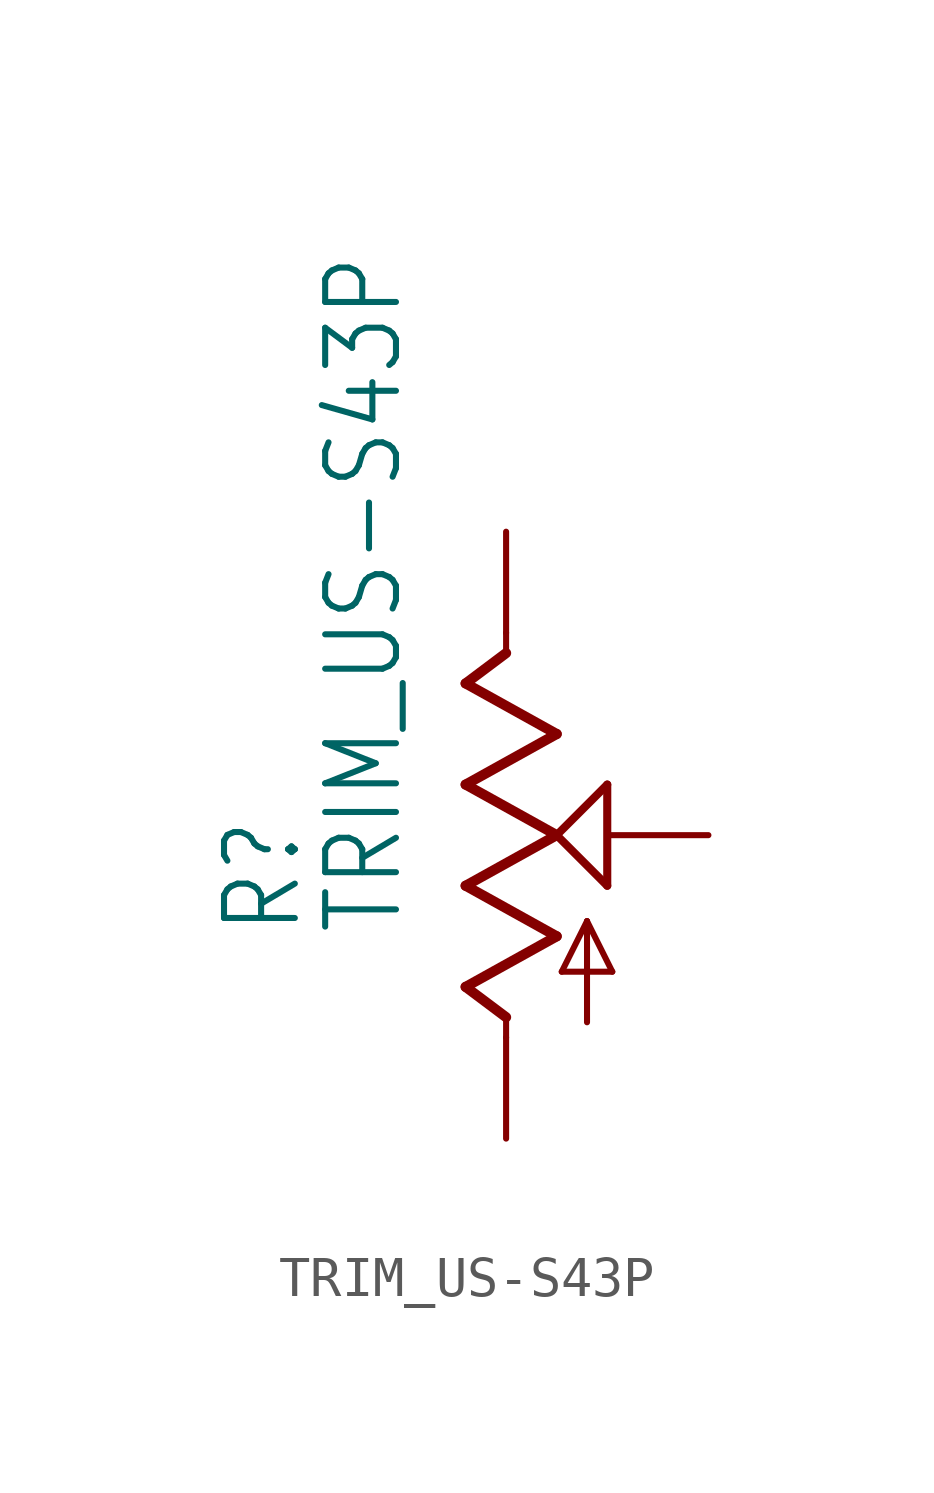
<source format=kicad_sym>
(kicad_symbol_lib
  (version 20211014)
  (generator kicad_symbol_editor)
  (symbol "TRIM_US-S43P"
    (property "Reference" "R"
      (at -5.08 -2.54 90)
      (effects (font (size 1.778 1.511)) (justify left bottom)))
    (property "Value" "TRIM_US-S43P"
      (at -2.54 -2.54 90)
      (effects (font (size 1.778 1.511)) (justify left bottom)))
    (property "ki_locked" ""
      (at 0 0 0)
      (effects (font (size 1.27 1.27))))
    (symbol "TRIM_US-S43P_1_0"
      (polyline (pts (xy -1.016 -3.81) (xy 1.27 -2.54)) (stroke (width 0.254) (type default) (color 0 0 0 0)) (fill (type none)))
      (polyline (pts (xy -1.016 -1.27) (xy 1.27 0)) (stroke (width 0.254) (type default) (color 0 0 0 0)) (fill (type none)))
      (polyline (pts (xy -1.016 1.27) (xy 1.27 2.54)) (stroke (width 0.254) (type default) (color 0 0 0 0)) (fill (type none)))
      (polyline (pts (xy -1.016 3.81) (xy 0 4.572)) (stroke (width 0.254) (type default) (color 0 0 0 0)) (fill (type none)))
      (polyline (pts (xy 0 -5.08) (xy 0 -4.572)) (stroke (width 0.152) (type default) (color 0 0 0 0)) (fill (type none)))
      (polyline (pts (xy 0 -4.572) (xy -1.016 -3.81)) (stroke (width 0.254) (type default) (color 0 0 0 0)) (fill (type none)))
      (polyline (pts (xy 0 4.572) (xy 0 5.08)) (stroke (width 0.152) (type default) (color 0 0 0 0)) (fill (type none)))
      (polyline (pts (xy 1.27 -2.54) (xy -1.016 -1.27)) (stroke (width 0.254) (type default) (color 0 0 0 0)) (fill (type none)))
      (polyline (pts (xy 1.27 0) (xy -1.016 1.27)) (stroke (width 0.254) (type default) (color 0 0 0 0)) (fill (type none)))
      (polyline (pts (xy 1.27 0) (xy 2.54 1.27)) (stroke (width 0.203) (type default) (color 0 0 0 0)) (fill (type none)))
      (polyline (pts (xy 1.27 2.54) (xy -1.016 3.81)) (stroke (width 0.254) (type default) (color 0 0 0 0)) (fill (type none)))
      (polyline (pts (xy 1.397 -3.429) (xy 2.032 -2.159)) (stroke (width 0.152) (type default) (color 0 0 0 0)) (fill (type none)))
      (polyline (pts (xy 2.032 -4.699) (xy 2.032 -2.159)) (stroke (width 0.152) (type default) (color 0 0 0 0)) (fill (type none)))
      (polyline (pts (xy 2.032 -2.159) (xy 2.667 -3.429)) (stroke (width 0.152) (type default) (color 0 0 0 0)) (fill (type none)))
      (polyline (pts (xy 2.54 -1.27) (xy 1.27 0)) (stroke (width 0.203) (type default) (color 0 0 0 0)) (fill (type none)))
      (polyline (pts (xy 2.54 1.27) (xy 2.54 -1.27)) (stroke (width 0.203) (type default) (color 0 0 0 0)) (fill (type none)))
      (polyline (pts (xy 2.667 -3.429) (xy 1.397 -3.429)) (stroke (width 0.152) (type default) (color 0 0 0 0)) (fill (type none)))
      (pin passive line (at 0 -7.62 90) (length 2.54) (name "A" (effects (font (size 0 0)))) (number "A" (effects (font (size 0 0)))))
      (pin passive line (at 0 7.62 270) (length 2.54) (name "E" (effects (font (size 0 0)))) (number "E" (effects (font (size 0 0)))))
      (pin passive line (at 5.08 0 180) (length 2.54) (name "S" (effects (font (size 0 0)))) (number "S" (effects (font (size 0 0))))))))
</source>
